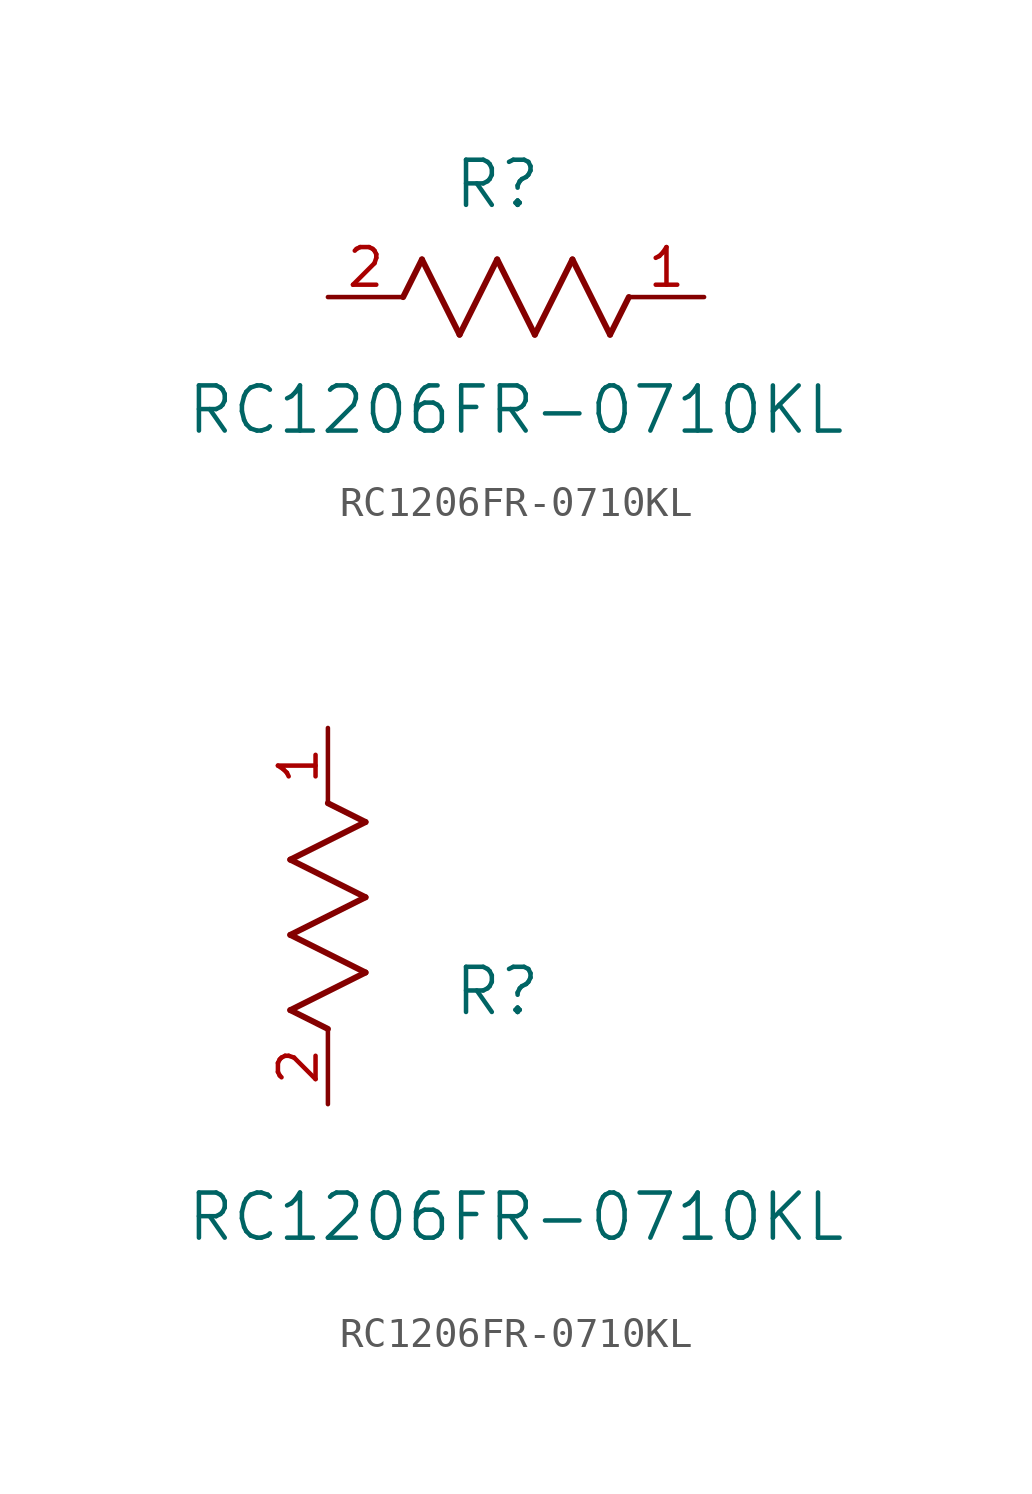
<source format=kicad_sym>
(kicad_symbol_lib
  (version 20211014)
  (generator kicad_symbol_editor)
  (symbol "RC1206FR-0710KL"
    (pin_names
      (offset 0.254))
    (property "Reference" "R"
      (at 5.715 3.81 0)
      (effects (font (size 1.524 1.524))))
    (property "Value" "RC1206FR-0710KL"
      (at 6.35 -3.81 0)
      (effects (font (size 1.524 1.524))))
    (symbol "RC1206FR-0710KL_1_1"
      (polyline (pts (xy 3.175 1.27) (xy 4.445 -1.27)) (stroke (width 0.203) (type default) (color 0 0 0 0)) (fill (type none)))
      (polyline (pts (xy 4.445 -1.27) (xy 5.715 1.27)) (stroke (width 0.203) (type default) (color 0 0 0 0)) (fill (type none)))
      (polyline (pts (xy 5.715 1.27) (xy 6.985 -1.27)) (stroke (width 0.203) (type default) (color 0 0 0 0)) (fill (type none)))
      (polyline (pts (xy 6.985 -1.27) (xy 8.255 1.27)) (stroke (width 0.203) (type default) (color 0 0 0 0)) (fill (type none)))
      (polyline (pts (xy 8.255 1.27) (xy 9.525 -1.27)) (stroke (width 0.203) (type default) (color 0 0 0 0)) (fill (type none)))
      (polyline (pts (xy 2.54 0) (xy 3.175 1.27)) (stroke (width 0.203) (type default) (color 0 0 0 0)) (fill (type none)))
      (polyline (pts (xy 9.525 -1.27) (xy 10.16 0)) (stroke (width 0.203) (type default) (color 0 0 0 0)) (fill (type none)))
      (pin unspecified line (at 12.7 0 180) (length 2.54) (name "" (effects (font (size 1.27 1.27)))) (number "1" (effects (font (size 1.27 1.27)))))
      (pin unspecified line (at 0 0 0) (length 2.54) (name "" (effects (font (size 1.27 1.27)))) (number "2" (effects (font (size 1.27 1.27))))))
    (symbol "RC1206FR-0710KL_1_2"
      (polyline (pts (xy 0 2.54) (xy -1.27 3.175)) (stroke (width 0.203) (type default) (color 0 0 0 0)) (fill (type none)))
      (polyline (pts (xy -1.27 3.175) (xy 1.27 4.445)) (stroke (width 0.203) (type default) (color 0 0 0 0)) (fill (type none)))
      (polyline (pts (xy 1.27 4.445) (xy -1.27 5.715)) (stroke (width 0.203) (type default) (color 0 0 0 0)) (fill (type none)))
      (polyline (pts (xy -1.27 5.715) (xy 1.27 6.985)) (stroke (width 0.203) (type default) (color 0 0 0 0)) (fill (type none)))
      (polyline (pts (xy -1.27 8.255) (xy 1.27 9.525)) (stroke (width 0.203) (type default) (color 0 0 0 0)) (fill (type none)))
      (polyline (pts (xy 1.27 9.525) (xy 0 10.16)) (stroke (width 0.203) (type default) (color 0 0 0 0)) (fill (type none)))
      (polyline (pts (xy 1.27 6.985) (xy -1.27 8.255)) (stroke (width 0.203) (type default) (color 0 0 0 0)) (fill (type none)))
      (pin unspecified line (at 0 12.7 270) (length 2.54) (name "" (effects (font (size 1.27 1.27)))) (number "1" (effects (font (size 1.27 1.27)))))
      (pin unspecified line (at 0 0 90) (length 2.54) (name "" (effects (font (size 1.27 1.27)))) (number "2" (effects (font (size 1.27 1.27))))))))
</source>
